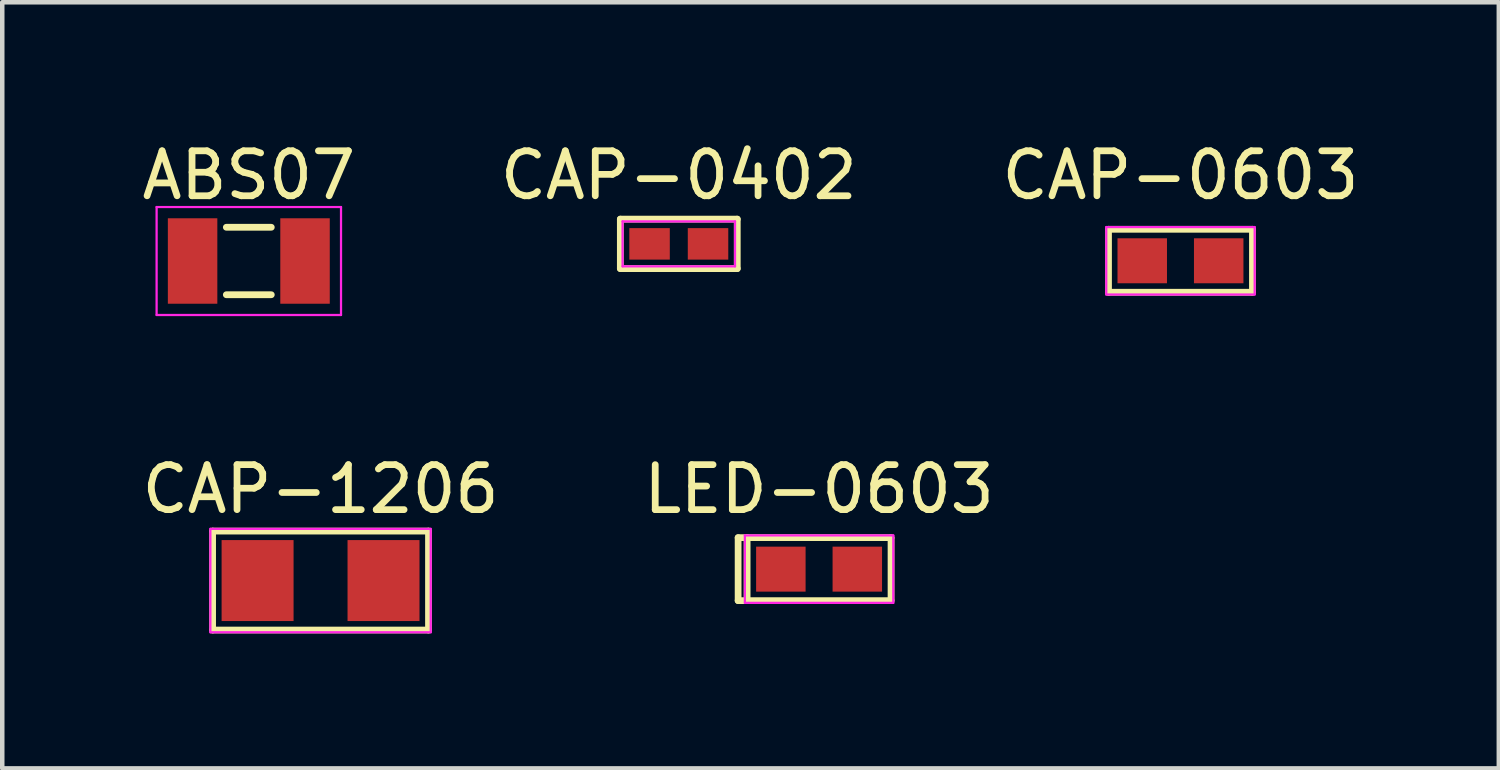
<source format=kicad_pcb>
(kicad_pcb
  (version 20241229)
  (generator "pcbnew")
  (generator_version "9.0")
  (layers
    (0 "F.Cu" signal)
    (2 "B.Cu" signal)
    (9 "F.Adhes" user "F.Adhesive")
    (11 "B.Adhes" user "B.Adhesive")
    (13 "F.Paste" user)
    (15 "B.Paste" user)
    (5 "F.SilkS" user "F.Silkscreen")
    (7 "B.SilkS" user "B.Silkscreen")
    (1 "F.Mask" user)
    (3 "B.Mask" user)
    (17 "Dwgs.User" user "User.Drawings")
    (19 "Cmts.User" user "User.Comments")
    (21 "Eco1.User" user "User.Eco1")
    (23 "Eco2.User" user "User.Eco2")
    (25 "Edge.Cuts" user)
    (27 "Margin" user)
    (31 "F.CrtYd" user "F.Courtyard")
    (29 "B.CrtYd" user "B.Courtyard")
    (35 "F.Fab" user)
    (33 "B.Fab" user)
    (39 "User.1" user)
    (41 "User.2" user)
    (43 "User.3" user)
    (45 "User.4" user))
  (footprint "CAP-1206"
    (layer "F.Cu")
    (at 4.077 9.858)
    (property "Reference" "CAP-1206" (at 0 -2.032 0) (layer "F.SilkS") (effects (font (size 1 1) (thickness 0.15))))
    (attr through_hole)
    (fp_line (start -2.4 -1.1) (end 2.4 -1.1) (stroke (width 0.15) (type solid)) (layer "F.SilkS"))
    (fp_line (start -2.4 1.1) (end -2.4 -1.1) (stroke (width 0.15) (type solid)) (layer "F.SilkS"))
    (fp_line (start 2.4 -1.1) (end 2.4 1.1) (stroke (width 0.15) (type solid)) (layer "F.SilkS"))
    (fp_line (start 2.4 1.1) (end -2.4 1.1) (stroke (width 0.15) (type solid)) (layer "F.SilkS"))
    (fp_line (start -2.45 -1.15) (end 2.45 -1.15) (stroke (width 0.05) (type solid)) (layer "F.CrtYd"))
    (fp_line (start -2.45 1.15) (end -2.45 -1.15) (stroke (width 0.05) (type solid)) (layer "F.CrtYd"))
    (fp_line (start 2.45 -1.15) (end 2.45 1.15) (stroke (width 0.05) (type solid)) (layer "F.CrtYd"))
    (fp_line (start 2.45 1.15) (end -2.45 1.15) (stroke (width 0.05) (type solid)) (layer "F.CrtYd"))
    (pad "1" smd rect (at -1.4 0) (size 1.6 1.8) (layers "F.Cu" "F.Mask" "F.Paste"))
    (pad "2" smd rect (at 1.4 0) (size 1.6 1.8) (layers "F.Cu" "F.Mask" "F.Paste")))
  (footprint "CAP-0402"
    (layer "F.Cu")
    (at 12.042 2.372)
    (property "Reference" "CAP-0402" (at 0 -1.524 0) (layer "F.SilkS") (effects (font (size 1 1) (thickness 0.15))))
    (attr through_hole)
    (fp_line (start -1.3 -0.55) (end 1.3 -0.55) (stroke (width 0.15) (type solid)) (layer "F.SilkS"))
    (fp_line (start -1.3 0.55) (end -1.3 -0.55) (stroke (width 0.15) (type solid)) (layer "F.SilkS"))
    (fp_line (start 1.3 -0.55) (end 1.3 0.55) (stroke (width 0.15) (type solid)) (layer "F.SilkS"))
    (fp_line (start 1.3 0.55) (end -1.3 0.55) (stroke (width 0.15) (type solid)) (layer "F.SilkS"))
    (fp_line (start -1.25 -0.5) (end 1.25 -0.5) (stroke (width 0.05) (type solid)) (layer "F.CrtYd"))
    (fp_line (start -1.25 0.5) (end -1.25 -0.5) (stroke (width 0.05) (type solid)) (layer "F.CrtYd"))
    (fp_line (start 1.25 -0.5) (end 1.25 0.5) (stroke (width 0.05) (type solid)) (layer "F.CrtYd"))
    (fp_line (start 1.25 0.5) (end -1.25 0.5) (stroke (width 0.05) (type solid)) (layer "F.CrtYd"))
    (pad "1" smd rect (at -0.65 0) (size 0.9 0.7) (layers "F.Cu" "F.Mask" "F.Paste"))
    (pad "2" smd rect (at 0.65 0) (size 0.9 0.7) (layers "F.Cu" "F.Mask" "F.Paste")))
  (footprint "ABS07"
    (layer "F.Cu")
    (at 2.482 2.753)
    (property "Reference" "ABS07" (at 0 -1.905 0) (layer "F.SilkS") (effects (font (size 1 1) (thickness 0.15))))
    (attr through_hole)
    (fp_line (start -0.5 -0.75) (end 0.5 -0.75) (stroke (width 0.15) (type solid)) (layer "F.SilkS"))
    (fp_line (start -0.5 0.75) (end 0.5 0.75) (stroke (width 0.15) (type solid)) (layer "F.SilkS"))
    (fp_line (start -2.05 -1.2) (end -2.05 1.2) (stroke (width 0.05) (type solid)) (layer "F.CrtYd"))
    (fp_line (start -2.05 1.2) (end 2.05 1.2) (stroke (width 0.05) (type solid)) (layer "F.CrtYd"))
    (fp_line (start 2.05 -1.2) (end -2.05 -1.2) (stroke (width 0.05) (type solid)) (layer "F.CrtYd"))
    (fp_line (start 2.05 1.2) (end 2.05 -1.2) (stroke (width 0.05) (type solid)) (layer "F.CrtYd"))
    (pad "1" smd rect (at -1.25 0) (size 1.1 1.9) (layers "F.Cu" "F.Mask" "F.Paste"))
    (pad "2" smd rect (at 1.25 0) (size 1.1 1.9) (layers "F.Cu" "F.Mask" "F.Paste")))
  (footprint "LED-0603"
    (layer "F.Cu")
    (at 15.161 9.604)
    (property "Reference" "LED-0603" (at 0 -1.778 0) (layer "F.SilkS") (effects (font (size 1 1) (thickness 0.15))))
    (attr smd)
    (fp_line (start -1.8 -0.7) (end -1.8 0.7) (stroke (width 0.15) (type solid)) (layer "F.SilkS"))
    (fp_line (start -1.8 0.7) (end -1.6 0.7) (stroke (width 0.15) (type solid)) (layer "F.SilkS"))
    (fp_line (start -1.6 -0.7) (end -1.8 -0.7) (stroke (width 0.15) (type solid)) (layer "F.SilkS"))
    (fp_line (start -1.6 -0.7) (end 1.6 -0.7) (stroke (width 0.15) (type solid)) (layer "F.SilkS"))
    (fp_line (start -1.6 0.7) (end -1.6 -0.7) (stroke (width 0.15) (type solid)) (layer "F.SilkS"))
    (fp_line (start 1.6 -0.7) (end 1.6 0.7) (stroke (width 0.15) (type solid)) (layer "F.SilkS"))
    (fp_line (start 1.6 0.7) (end -1.6 0.7) (stroke (width 0.15) (type solid)) (layer "F.SilkS"))
    (fp_line (start -1.65 -0.75) (end -1.65 0.75) (stroke (width 0.05) (type solid)) (layer "F.CrtYd"))
    (fp_line (start -1.65 0.75) (end 1.65 0.75) (stroke (width 0.05) (type solid)) (layer "F.CrtYd"))
    (fp_line (start 1.65 -0.75) (end -1.65 -0.75) (stroke (width 0.05) (type solid)) (layer "F.CrtYd"))
    (fp_line (start 1.65 0.75) (end 1.65 -0.75) (stroke (width 0.05) (type solid)) (layer "F.CrtYd"))
    (pad "1" smd rect (at -0.85 0 180) (size 1.1 1) (layers "F.Cu" "F.Mask" "F.Paste"))
    (pad "2" smd rect (at 0.85 0 180) (size 1.1 1) (layers "F.Cu" "F.Mask" "F.Paste")))
  (footprint "CAP-0603"
    (layer "F.Cu")
    (at 23.196 2.748)
    (property "Reference" "CAP-0603" (at 0 -1.9 0) (layer "F.SilkS") (effects (font (size 1 1) (thickness 0.15))))
    (attr smd)
    (fp_line (start -1.6 -0.7) (end -1.6 0.7) (stroke (width 0.15) (type solid)) (layer "F.SilkS"))
    (fp_line (start -1.6 -0.7) (end 1.6 -0.7) (stroke (width 0.15) (type solid)) (layer "F.SilkS"))
    (fp_line (start 1.6 -0.7) (end 1.6 0.7) (stroke (width 0.15) (type solid)) (layer "F.SilkS"))
    (fp_line (start 1.6 0.7) (end -1.6 0.7) (stroke (width 0.15) (type solid)) (layer "F.SilkS"))
    (fp_line (start -1.65 -0.75) (end -1.65 0.75) (stroke (width 0.05) (type solid)) (layer "F.CrtYd"))
    (fp_line (start -1.65 0.75) (end 1.65 0.75) (stroke (width 0.05) (type solid)) (layer "F.CrtYd"))
    (fp_line (start 1.65 -0.75) (end -1.65 -0.75) (stroke (width 0.05) (type solid)) (layer "F.CrtYd"))
    (fp_line (start 1.65 0.75) (end 1.65 -0.75) (stroke (width 0.05) (type solid)) (layer "F.CrtYd"))
    (pad "1" smd rect (at -0.85 0) (size 1.1 1) (layers "F.Cu" "F.Mask" "F.Paste"))
    (pad "2" smd rect (at 0.85 0) (size 1.1 1) (layers "F.Cu" "F.Mask" "F.Paste")))
  (gr_rect
    (start -3 -3)
    (end 30.274 14.034)
    (stroke (width 0.1) (type default))
    (fill no)
    (layer "Edge.Cuts")))
</source>
